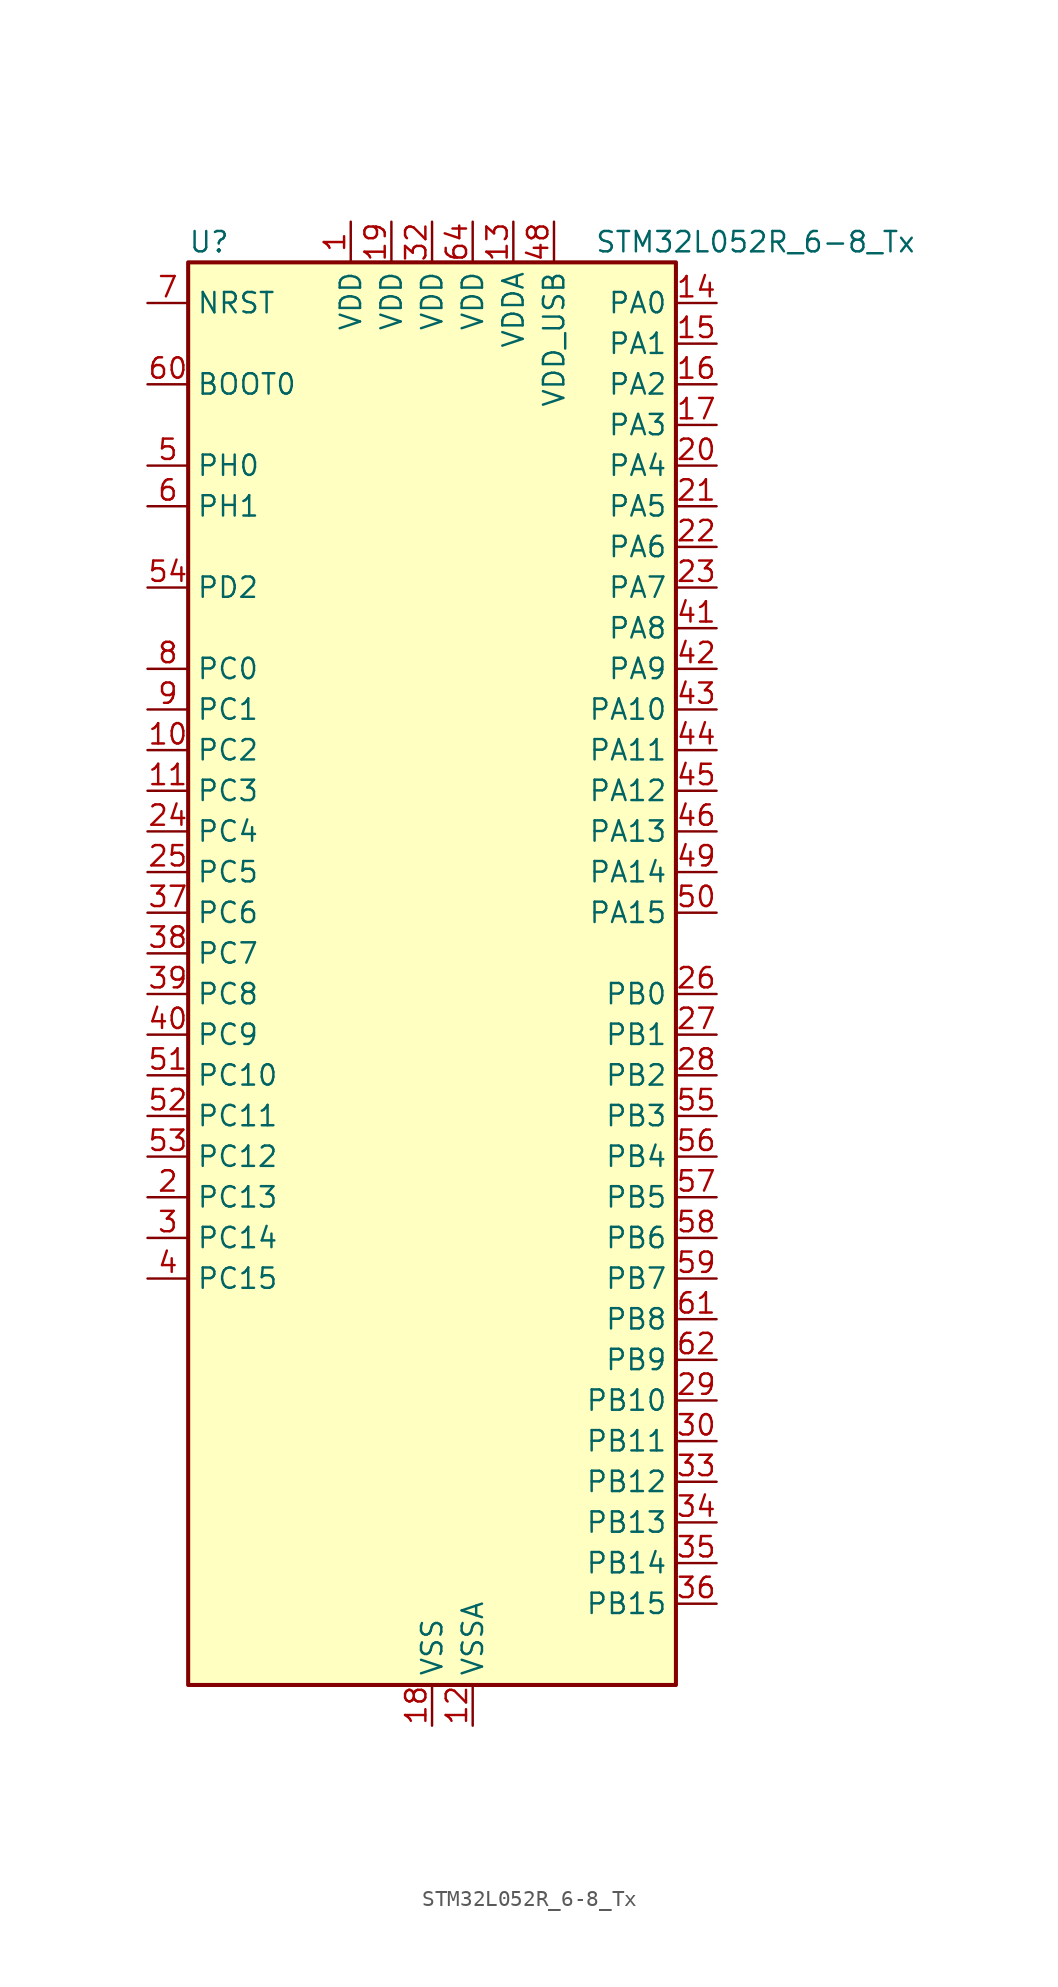
<source format=kicad_sym>
(kicad_symbol_lib
  (version 20231120)
  (generator "kicad_symbol_editor")
  (generator_version "8.0")
  (symbol "STM32L052R_6-8_Tx"
    (property "Reference" "U"
      (at -15.24 46.99 0)
      (effects (font (size 1.27 1.27)) (justify left)))
    (property "Value" "STM32L052R_6-8_Tx"
      (at 10.16 46.99 0)
      (effects (font (size 1.27 1.27)) (justify left)))
    (property "ki_locked" ""
      (at 0 0 0)
      (effects (font (size 1.27 1.27))))
    (symbol "STM32L052R_6-8_Tx_0_1"
      (rectangle (start -15.24 -43.18) (end 15.24 45.72) (stroke (width 0.254) (type default)) (fill (type background))))
    (symbol "STM32L052R_6-8_Tx_1_1"
      (pin power_in line (at -5.08 48.26 270) (length 2.54) (name "VDD" (effects (font (size 1.27 1.27)))) (number "1" (effects (font (size 1.27 1.27)))))
      (pin bidirectional line (at -17.78 15.24 0) (length 2.54) (name "PC2" (effects (font (size 1.27 1.27)))) (number "10" (effects (font (size 1.27 1.27)))) (alternate "ADC_IN12" bidirectional line) (alternate "I2S2_MCK" bidirectional line) (alternate "LPTIM1_IN2" bidirectional line) (alternate "SPI2_MISO" bidirectional line) (alternate "TSC_G7_IO3" bidirectional line))
      (pin bidirectional line (at -17.78 12.7 0) (length 2.54) (name "PC3" (effects (font (size 1.27 1.27)))) (number "11" (effects (font (size 1.27 1.27)))) (alternate "ADC_IN13" bidirectional line) (alternate "I2S2_SD" bidirectional line) (alternate "LPTIM1_ETR" bidirectional line) (alternate "SPI2_MOSI" bidirectional line) (alternate "TSC_G7_IO4" bidirectional line))
      (pin power_in line (at 2.54 -45.72 90) (length 2.54) (name "VSSA" (effects (font (size 1.27 1.27)))) (number "12" (effects (font (size 1.27 1.27)))))
      (pin power_in line (at 5.08 48.26 270) (length 2.54) (name "VDDA" (effects (font (size 1.27 1.27)))) (number "13" (effects (font (size 1.27 1.27)))))
      (pin bidirectional line (at 17.78 43.18 180) (length 2.54) (name "PA0" (effects (font (size 1.27 1.27)))) (number "14" (effects (font (size 1.27 1.27)))) (alternate "ADC_IN0" bidirectional line) (alternate "COMP1_INM" bidirectional line) (alternate "COMP1_OUT" bidirectional line) (alternate "RTC_TAMP2" bidirectional line) (alternate "SYS_WKUP1" bidirectional line) (alternate "TIM2_CH1" bidirectional line) (alternate "TIM2_ETR" bidirectional line) (alternate "TSC_G1_IO1" bidirectional line) (alternate "USART2_CTS" bidirectional line))
      (pin bidirectional line (at 17.78 40.64 180) (length 2.54) (name "PA1" (effects (font (size 1.27 1.27)))) (number "15" (effects (font (size 1.27 1.27)))) (alternate "ADC_IN1" bidirectional line) (alternate "COMP1_INP" bidirectional line) (alternate "TIM21_ETR" bidirectional line) (alternate "TIM2_CH2" bidirectional line) (alternate "TSC_G1_IO2" bidirectional line) (alternate "USART2_DE" bidirectional line) (alternate "USART2_RTS" bidirectional line))
      (pin bidirectional line (at 17.78 38.1 180) (length 2.54) (name "PA2" (effects (font (size 1.27 1.27)))) (number "16" (effects (font (size 1.27 1.27)))) (alternate "ADC_IN2" bidirectional line) (alternate "COMP2_INM" bidirectional line) (alternate "COMP2_OUT" bidirectional line) (alternate "TIM21_CH1" bidirectional line) (alternate "TIM2_CH3" bidirectional line) (alternate "TSC_G1_IO3" bidirectional line) (alternate "USART2_TX" bidirectional line))
      (pin bidirectional line (at 17.78 35.56 180) (length 2.54) (name "PA3" (effects (font (size 1.27 1.27)))) (number "17" (effects (font (size 1.27 1.27)))) (alternate "ADC_IN3" bidirectional line) (alternate "COMP2_INP" bidirectional line) (alternate "TIM21_CH2" bidirectional line) (alternate "TIM2_CH4" bidirectional line) (alternate "TSC_G1_IO4" bidirectional line) (alternate "USART2_RX" bidirectional line))
      (pin power_in line (at 0 -45.72 90) (length 2.54) (name "VSS" (effects (font (size 1.27 1.27)))) (number "18" (effects (font (size 1.27 1.27)))))
      (pin power_in line (at -2.54 48.26 270) (length 2.54) (name "VDD" (effects (font (size 1.27 1.27)))) (number "19" (effects (font (size 1.27 1.27)))))
      (pin bidirectional line (at -17.78 -12.7 0) (length 2.54) (name "PC13" (effects (font (size 1.27 1.27)))) (number "2" (effects (font (size 1.27 1.27)))) (alternate "RTC_OUT_ALARM" bidirectional line) (alternate "RTC_OUT_CALIB" bidirectional line) (alternate "RTC_TAMP1" bidirectional line) (alternate "RTC_TS" bidirectional line) (alternate "SYS_WKUP2" bidirectional line))
      (pin bidirectional line (at 17.78 33.02 180) (length 2.54) (name "PA4" (effects (font (size 1.27 1.27)))) (number "20" (effects (font (size 1.27 1.27)))) (alternate "ADC_IN4" bidirectional line) (alternate "COMP1_INM" bidirectional line) (alternate "COMP2_INM" bidirectional line) (alternate "DAC_OUT1" bidirectional line) (alternate "SPI1_NSS" bidirectional line) (alternate "TIM22_ETR" bidirectional line) (alternate "TSC_G2_IO1" bidirectional line) (alternate "USART2_CK" bidirectional line))
      (pin bidirectional line (at 17.78 30.48 180) (length 2.54) (name "PA5" (effects (font (size 1.27 1.27)))) (number "21" (effects (font (size 1.27 1.27)))) (alternate "ADC_IN5" bidirectional line) (alternate "COMP1_INM" bidirectional line) (alternate "COMP2_INM" bidirectional line) (alternate "SPI1_SCK" bidirectional line) (alternate "TIM2_CH1" bidirectional line) (alternate "TIM2_ETR" bidirectional line) (alternate "TSC_G2_IO2" bidirectional line))
      (pin bidirectional line (at 17.78 27.94 180) (length 2.54) (name "PA6" (effects (font (size 1.27 1.27)))) (number "22" (effects (font (size 1.27 1.27)))) (alternate "ADC_IN6" bidirectional line) (alternate "COMP1_OUT" bidirectional line) (alternate "LPUART1_CTS" bidirectional line) (alternate "SPI1_MISO" bidirectional line) (alternate "TIM22_CH1" bidirectional line) (alternate "TSC_G2_IO3" bidirectional line))
      (pin bidirectional line (at 17.78 25.4 180) (length 2.54) (name "PA7" (effects (font (size 1.27 1.27)))) (number "23" (effects (font (size 1.27 1.27)))) (alternate "ADC_IN7" bidirectional line) (alternate "COMP2_OUT" bidirectional line) (alternate "SPI1_MOSI" bidirectional line) (alternate "TIM22_CH2" bidirectional line) (alternate "TSC_G2_IO4" bidirectional line))
      (pin bidirectional line (at -17.78 10.16 0) (length 2.54) (name "PC4" (effects (font (size 1.27 1.27)))) (number "24" (effects (font (size 1.27 1.27)))) (alternate "ADC_IN14" bidirectional line) (alternate "LPUART1_TX" bidirectional line))
      (pin bidirectional line (at -17.78 7.62 0) (length 2.54) (name "PC5" (effects (font (size 1.27 1.27)))) (number "25" (effects (font (size 1.27 1.27)))) (alternate "ADC_IN15" bidirectional line) (alternate "LPUART1_RX" bidirectional line) (alternate "TSC_G3_IO1" bidirectional line))
      (pin bidirectional line (at 17.78 0 180) (length 2.54) (name "PB0" (effects (font (size 1.27 1.27)))) (number "26" (effects (font (size 1.27 1.27)))) (alternate "ADC_IN8" bidirectional line) (alternate "SYS_VREF_OUT_PB0" bidirectional line) (alternate "TSC_G3_IO2" bidirectional line))
      (pin bidirectional line (at 17.78 -2.54 180) (length 2.54) (name "PB1" (effects (font (size 1.27 1.27)))) (number "27" (effects (font (size 1.27 1.27)))) (alternate "ADC_IN9" bidirectional line) (alternate "LPUART1_DE" bidirectional line) (alternate "LPUART1_RTS" bidirectional line) (alternate "SYS_VREF_OUT_PB1" bidirectional line) (alternate "TSC_G3_IO3" bidirectional line))
      (pin bidirectional line (at 17.78 -5.08 180) (length 2.54) (name "PB2" (effects (font (size 1.27 1.27)))) (number "28" (effects (font (size 1.27 1.27)))) (alternate "LPTIM1_OUT" bidirectional line) (alternate "TSC_G3_IO4" bidirectional line))
      (pin bidirectional line (at 17.78 -25.4 180) (length 2.54) (name "PB10" (effects (font (size 1.27 1.27)))) (number "29" (effects (font (size 1.27 1.27)))) (alternate "I2C2_SCL" bidirectional line) (alternate "LPUART1_TX" bidirectional line) (alternate "SPI2_SCK" bidirectional line) (alternate "TIM2_CH3" bidirectional line) (alternate "TSC_SYNC" bidirectional line))
      (pin bidirectional line (at -17.78 -15.24 0) (length 2.54) (name "PC14" (effects (font (size 1.27 1.27)))) (number "3" (effects (font (size 1.27 1.27)))) (alternate "RCC_OSC32_IN" bidirectional line))
      (pin bidirectional line (at 17.78 -27.94 180) (length 2.54) (name "PB11" (effects (font (size 1.27 1.27)))) (number "30" (effects (font (size 1.27 1.27)))) (alternate "ADC_EXTI11" bidirectional line) (alternate "I2C2_SDA" bidirectional line) (alternate "LPUART1_RX" bidirectional line) (alternate "TIM2_CH4" bidirectional line) (alternate "TSC_G6_IO1" bidirectional line))
      (pin passive line (at 0 -45.72 90) (length 2.54) hide (name "VSS" (effects (font (size 1.27 1.27)))) (number "31" (effects (font (size 1.27 1.27)))))
      (pin power_in line (at 0 48.26 270) (length 2.54) (name "VDD" (effects (font (size 1.27 1.27)))) (number "32" (effects (font (size 1.27 1.27)))))
      (pin bidirectional line (at 17.78 -30.48 180) (length 2.54) (name "PB12" (effects (font (size 1.27 1.27)))) (number "33" (effects (font (size 1.27 1.27)))) (alternate "I2S2_WS" bidirectional line) (alternate "LPUART1_DE" bidirectional line) (alternate "LPUART1_RTS" bidirectional line) (alternate "SPI2_NSS" bidirectional line) (alternate "TSC_G6_IO2" bidirectional line))
      (pin bidirectional line (at 17.78 -33.02 180) (length 2.54) (name "PB13" (effects (font (size 1.27 1.27)))) (number "34" (effects (font (size 1.27 1.27)))) (alternate "I2C2_SCL" bidirectional line) (alternate "I2S2_CK" bidirectional line) (alternate "LPUART1_CTS" bidirectional line) (alternate "SPI2_SCK" bidirectional line) (alternate "TIM21_CH1" bidirectional line) (alternate "TSC_G6_IO3" bidirectional line))
      (pin bidirectional line (at 17.78 -35.56 180) (length 2.54) (name "PB14" (effects (font (size 1.27 1.27)))) (number "35" (effects (font (size 1.27 1.27)))) (alternate "I2C2_SDA" bidirectional line) (alternate "I2S2_MCK" bidirectional line) (alternate "LPUART1_DE" bidirectional line) (alternate "LPUART1_RTS" bidirectional line) (alternate "RTC_OUT_ALARM" bidirectional line) (alternate "RTC_OUT_CALIB" bidirectional line) (alternate "SPI2_MISO" bidirectional line) (alternate "TIM21_CH2" bidirectional line) (alternate "TSC_G6_IO4" bidirectional line))
      (pin bidirectional line (at 17.78 -38.1 180) (length 2.54) (name "PB15" (effects (font (size 1.27 1.27)))) (number "36" (effects (font (size 1.27 1.27)))) (alternate "I2S2_SD" bidirectional line) (alternate "RTC_REFIN" bidirectional line) (alternate "SPI2_MOSI" bidirectional line))
      (pin bidirectional line (at -17.78 5.08 0) (length 2.54) (name "PC6" (effects (font (size 1.27 1.27)))) (number "37" (effects (font (size 1.27 1.27)))) (alternate "TIM22_CH1" bidirectional line) (alternate "TSC_G8_IO1" bidirectional line))
      (pin bidirectional line (at -17.78 2.54 0) (length 2.54) (name "PC7" (effects (font (size 1.27 1.27)))) (number "38" (effects (font (size 1.27 1.27)))) (alternate "TIM22_CH2" bidirectional line) (alternate "TSC_G8_IO2" bidirectional line))
      (pin bidirectional line (at -17.78 0 0) (length 2.54) (name "PC8" (effects (font (size 1.27 1.27)))) (number "39" (effects (font (size 1.27 1.27)))) (alternate "TIM22_ETR" bidirectional line) (alternate "TSC_G8_IO3" bidirectional line))
      (pin bidirectional line (at -17.78 -17.78 0) (length 2.54) (name "PC15" (effects (font (size 1.27 1.27)))) (number "4" (effects (font (size 1.27 1.27)))) (alternate "RCC_OSC32_OUT" bidirectional line))
      (pin bidirectional line (at -17.78 -2.54 0) (length 2.54) (name "PC9" (effects (font (size 1.27 1.27)))) (number "40" (effects (font (size 1.27 1.27)))) (alternate "DAC_EXTI9" bidirectional line) (alternate "TIM21_ETR" bidirectional line) (alternate "TSC_G8_IO4" bidirectional line) (alternate "USB_NOE" bidirectional line))
      (pin bidirectional line (at 17.78 22.86 180) (length 2.54) (name "PA8" (effects (font (size 1.27 1.27)))) (number "41" (effects (font (size 1.27 1.27)))) (alternate "CRS_SYNC" bidirectional line) (alternate "RCC_MCO" bidirectional line) (alternate "USART1_CK" bidirectional line))
      (pin bidirectional line (at 17.78 20.32 180) (length 2.54) (name "PA9" (effects (font (size 1.27 1.27)))) (number "42" (effects (font (size 1.27 1.27)))) (alternate "DAC_EXTI9" bidirectional line) (alternate "RCC_MCO" bidirectional line) (alternate "TSC_G4_IO1" bidirectional line) (alternate "USART1_TX" bidirectional line))
      (pin bidirectional line (at 17.78 17.78 180) (length 2.54) (name "PA10" (effects (font (size 1.27 1.27)))) (number "43" (effects (font (size 1.27 1.27)))) (alternate "TSC_G4_IO2" bidirectional line) (alternate "USART1_RX" bidirectional line))
      (pin bidirectional line (at 17.78 15.24 180) (length 2.54) (name "PA11" (effects (font (size 1.27 1.27)))) (number "44" (effects (font (size 1.27 1.27)))) (alternate "ADC_EXTI11" bidirectional line) (alternate "COMP1_OUT" bidirectional line) (alternate "SPI1_MISO" bidirectional line) (alternate "TSC_G4_IO3" bidirectional line) (alternate "USART1_CTS" bidirectional line) (alternate "USB_DM" bidirectional line))
      (pin bidirectional line (at 17.78 12.7 180) (length 2.54) (name "PA12" (effects (font (size 1.27 1.27)))) (number "45" (effects (font (size 1.27 1.27)))) (alternate "COMP2_OUT" bidirectional line) (alternate "SPI1_MOSI" bidirectional line) (alternate "TSC_G4_IO4" bidirectional line) (alternate "USART1_DE" bidirectional line) (alternate "USART1_RTS" bidirectional line) (alternate "USB_DP" bidirectional line))
      (pin bidirectional line (at 17.78 10.16 180) (length 2.54) (name "PA13" (effects (font (size 1.27 1.27)))) (number "46" (effects (font (size 1.27 1.27)))) (alternate "SYS_SWDIO" bidirectional line) (alternate "USB_NOE" bidirectional line))
      (pin passive line (at 0 -45.72 90) (length 2.54) hide (name "VSS" (effects (font (size 1.27 1.27)))) (number "47" (effects (font (size 1.27 1.27)))))
      (pin power_in line (at 7.62 48.26 270) (length 2.54) (name "VDD_USB" (effects (font (size 1.27 1.27)))) (number "48" (effects (font (size 1.27 1.27)))))
      (pin bidirectional line (at 17.78 7.62 180) (length 2.54) (name "PA14" (effects (font (size 1.27 1.27)))) (number "49" (effects (font (size 1.27 1.27)))) (alternate "SYS_SWCLK" bidirectional line) (alternate "USART2_TX" bidirectional line))
      (pin bidirectional line (at -17.78 33.02 0) (length 2.54) (name "PH0" (effects (font (size 1.27 1.27)))) (number "5" (effects (font (size 1.27 1.27)))) (alternate "CRS_SYNC" bidirectional line) (alternate "RCC_OSC_IN" bidirectional line))
      (pin bidirectional line (at 17.78 5.08 180) (length 2.54) (name "PA15" (effects (font (size 1.27 1.27)))) (number "50" (effects (font (size 1.27 1.27)))) (alternate "SPI1_NSS" bidirectional line) (alternate "TIM2_CH1" bidirectional line) (alternate "TIM2_ETR" bidirectional line) (alternate "USART2_RX" bidirectional line))
      (pin bidirectional line (at -17.78 -5.08 0) (length 2.54) (name "PC10" (effects (font (size 1.27 1.27)))) (number "51" (effects (font (size 1.27 1.27)))) (alternate "LPUART1_TX" bidirectional line))
      (pin bidirectional line (at -17.78 -7.62 0) (length 2.54) (name "PC11" (effects (font (size 1.27 1.27)))) (number "52" (effects (font (size 1.27 1.27)))) (alternate "ADC_EXTI11" bidirectional line) (alternate "LPUART1_RX" bidirectional line))
      (pin bidirectional line (at -17.78 -10.16 0) (length 2.54) (name "PC12" (effects (font (size 1.27 1.27)))) (number "53" (effects (font (size 1.27 1.27)))))
      (pin bidirectional line (at -17.78 25.4 0) (length 2.54) (name "PD2" (effects (font (size 1.27 1.27)))) (number "54" (effects (font (size 1.27 1.27)))) (alternate "LPUART1_DE" bidirectional line) (alternate "LPUART1_RTS" bidirectional line))
      (pin bidirectional line (at 17.78 -7.62 180) (length 2.54) (name "PB3" (effects (font (size 1.27 1.27)))) (number "55" (effects (font (size 1.27 1.27)))) (alternate "COMP2_INM" bidirectional line) (alternate "SPI1_SCK" bidirectional line) (alternate "TIM2_CH2" bidirectional line) (alternate "TSC_G5_IO1" bidirectional line))
      (pin bidirectional line (at 17.78 -10.16 180) (length 2.54) (name "PB4" (effects (font (size 1.27 1.27)))) (number "56" (effects (font (size 1.27 1.27)))) (alternate "COMP2_INP" bidirectional line) (alternate "SPI1_MISO" bidirectional line) (alternate "TIM22_CH1" bidirectional line) (alternate "TSC_G5_IO2" bidirectional line))
      (pin bidirectional line (at 17.78 -12.7 180) (length 2.54) (name "PB5" (effects (font (size 1.27 1.27)))) (number "57" (effects (font (size 1.27 1.27)))) (alternate "COMP2_INP" bidirectional line) (alternate "I2C1_SMBA" bidirectional line) (alternate "LPTIM1_IN1" bidirectional line) (alternate "SPI1_MOSI" bidirectional line) (alternate "TIM22_CH2" bidirectional line))
      (pin bidirectional line (at 17.78 -15.24 180) (length 2.54) (name "PB6" (effects (font (size 1.27 1.27)))) (number "58" (effects (font (size 1.27 1.27)))) (alternate "COMP2_INP" bidirectional line) (alternate "I2C1_SCL" bidirectional line) (alternate "LPTIM1_ETR" bidirectional line) (alternate "TSC_G5_IO3" bidirectional line) (alternate "USART1_TX" bidirectional line))
      (pin bidirectional line (at 17.78 -17.78 180) (length 2.54) (name "PB7" (effects (font (size 1.27 1.27)))) (number "59" (effects (font (size 1.27 1.27)))) (alternate "COMP2_INP" bidirectional line) (alternate "I2C1_SDA" bidirectional line) (alternate "LPTIM1_IN2" bidirectional line) (alternate "SYS_PVD_IN" bidirectional line) (alternate "TSC_G5_IO4" bidirectional line) (alternate "USART1_RX" bidirectional line))
      (pin bidirectional line (at -17.78 30.48 0) (length 2.54) (name "PH1" (effects (font (size 1.27 1.27)))) (number "6" (effects (font (size 1.27 1.27)))) (alternate "RCC_OSC_OUT" bidirectional line))
      (pin input line (at -17.78 38.1 0) (length 2.54) (name "BOOT0" (effects (font (size 1.27 1.27)))) (number "60" (effects (font (size 1.27 1.27)))))
      (pin bidirectional line (at 17.78 -20.32 180) (length 2.54) (name "PB8" (effects (font (size 1.27 1.27)))) (number "61" (effects (font (size 1.27 1.27)))) (alternate "I2C1_SCL" bidirectional line) (alternate "TSC_SYNC" bidirectional line))
      (pin bidirectional line (at 17.78 -22.86 180) (length 2.54) (name "PB9" (effects (font (size 1.27 1.27)))) (number "62" (effects (font (size 1.27 1.27)))) (alternate "DAC_EXTI9" bidirectional line) (alternate "I2C1_SDA" bidirectional line) (alternate "I2S2_WS" bidirectional line) (alternate "SPI2_NSS" bidirectional line))
      (pin passive line (at 0 -45.72 90) (length 2.54) hide (name "VSS" (effects (font (size 1.27 1.27)))) (number "63" (effects (font (size 1.27 1.27)))))
      (pin power_in line (at 2.54 48.26 270) (length 2.54) (name "VDD" (effects (font (size 1.27 1.27)))) (number "64" (effects (font (size 1.27 1.27)))))
      (pin input line (at -17.78 43.18 0) (length 2.54) (name "NRST" (effects (font (size 1.27 1.27)))) (number "7" (effects (font (size 1.27 1.27)))))
      (pin bidirectional line (at -17.78 20.32 0) (length 2.54) (name "PC0" (effects (font (size 1.27 1.27)))) (number "8" (effects (font (size 1.27 1.27)))) (alternate "ADC_IN10" bidirectional line) (alternate "LPTIM1_IN1" bidirectional line) (alternate "TSC_G7_IO1" bidirectional line))
      (pin bidirectional line (at -17.78 17.78 0) (length 2.54) (name "PC1" (effects (font (size 1.27 1.27)))) (number "9" (effects (font (size 1.27 1.27)))) (alternate "ADC_IN11" bidirectional line) (alternate "LPTIM1_OUT" bidirectional line) (alternate "TSC_G7_IO2" bidirectional line)))))
</source>
